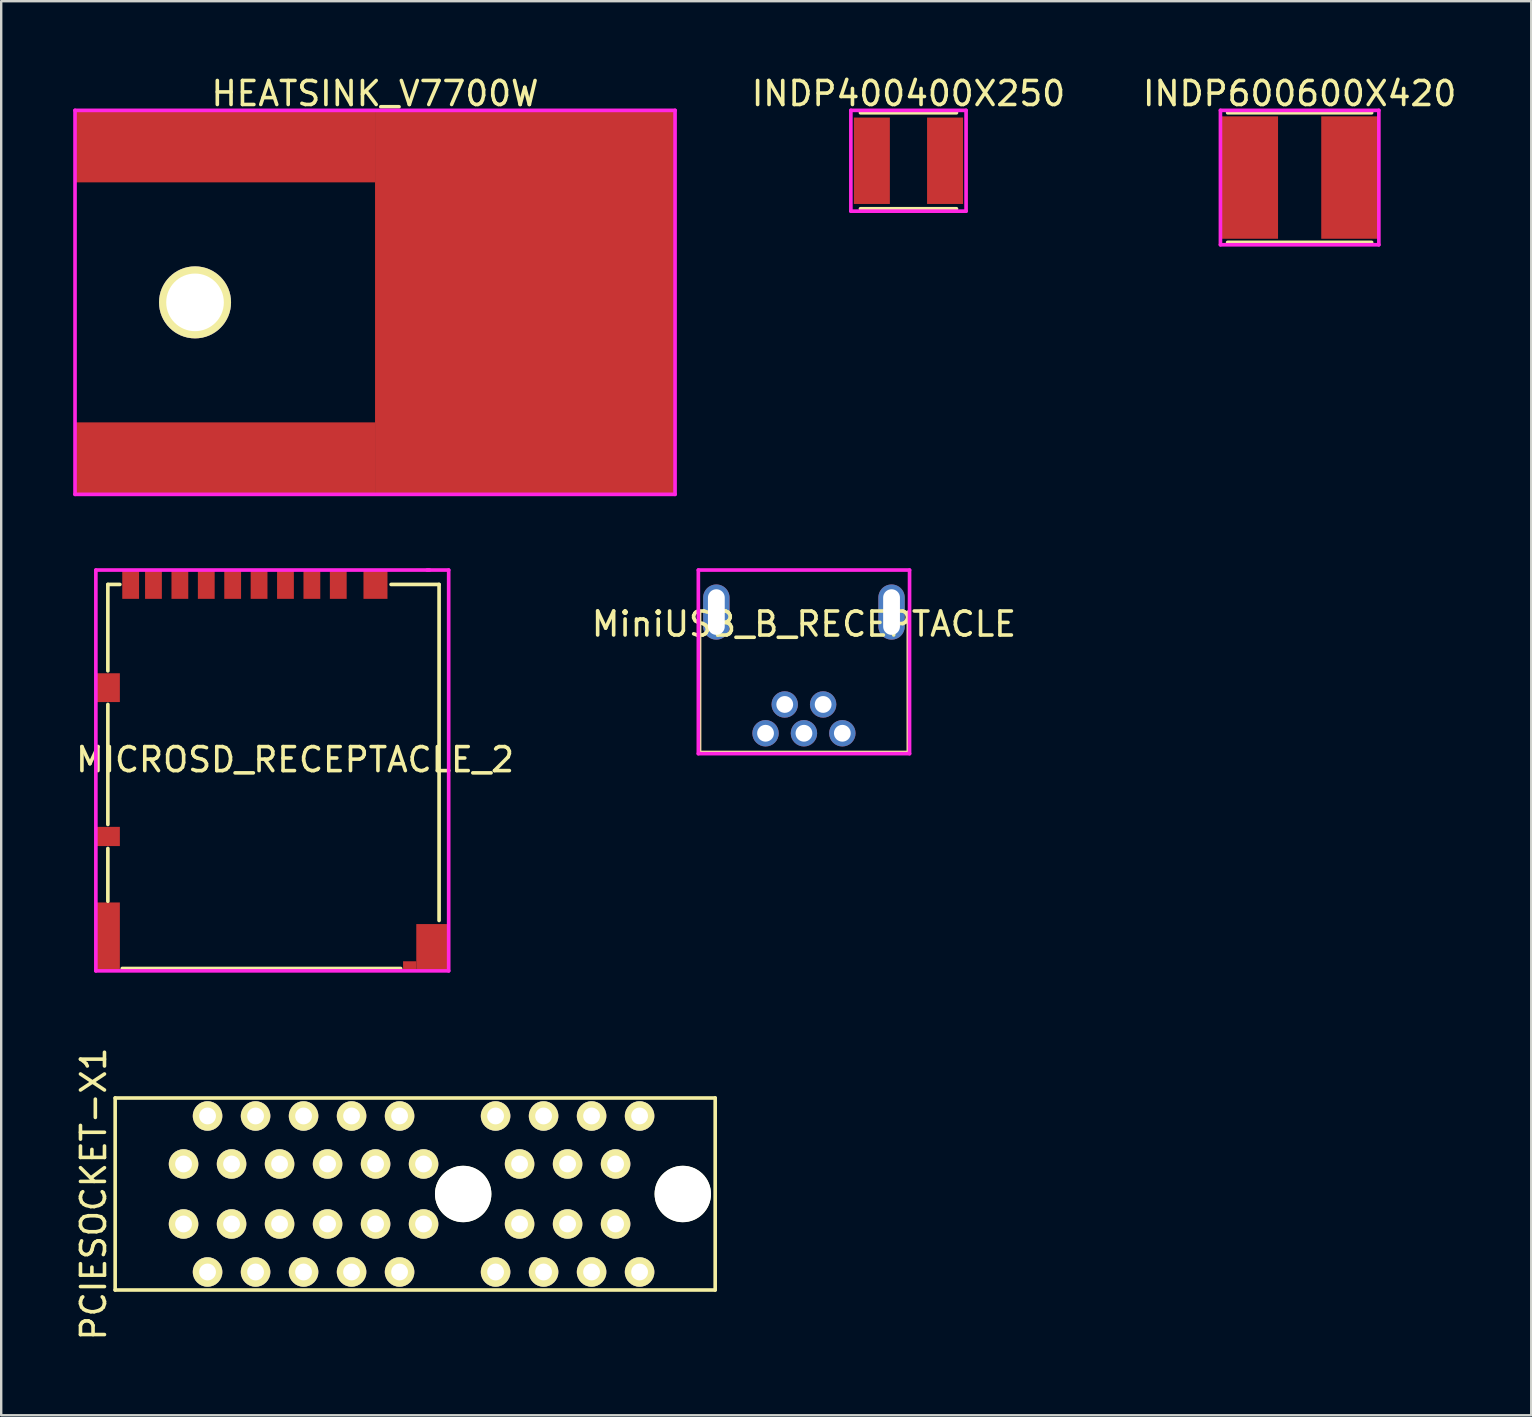
<source format=kicad_pcb>
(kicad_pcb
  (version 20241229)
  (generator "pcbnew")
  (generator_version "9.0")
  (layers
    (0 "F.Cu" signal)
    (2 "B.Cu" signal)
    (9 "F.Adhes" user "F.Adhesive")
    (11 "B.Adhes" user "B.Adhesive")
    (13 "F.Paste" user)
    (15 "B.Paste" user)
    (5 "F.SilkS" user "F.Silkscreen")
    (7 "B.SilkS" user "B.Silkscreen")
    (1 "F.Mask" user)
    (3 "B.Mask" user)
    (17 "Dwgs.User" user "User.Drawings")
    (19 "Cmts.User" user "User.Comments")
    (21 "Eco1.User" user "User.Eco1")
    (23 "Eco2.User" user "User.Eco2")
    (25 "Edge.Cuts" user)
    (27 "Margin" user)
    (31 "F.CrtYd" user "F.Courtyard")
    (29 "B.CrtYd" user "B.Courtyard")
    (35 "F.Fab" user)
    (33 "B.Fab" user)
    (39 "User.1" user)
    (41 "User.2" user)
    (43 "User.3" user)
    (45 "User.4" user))
  (footprint "MICROSD_RECEPTACLE_2"
    (layer "F.Cu")
    (at 11.044 21.901)
    (property "Reference" "MICROSD_RECEPTACLE_2" (at -1.8 6.7 0) (layer "F.SilkS") (effects (font (size 1 1) (thickness 0.15))))
    (attr through_hole)
    (fp_line (start -9.6 -0.6) (end -9.1 -0.6) (stroke (width 0.152) (type solid)) (layer "F.SilkS"))
    (fp_line (start -9.6 3) (end -9.6 -0.6) (stroke (width 0.152) (type solid)) (layer "F.SilkS"))
    (fp_line (start -9.6 9.4) (end -9.6 4.4) (stroke (width 0.152) (type solid)) (layer "F.SilkS"))
    (fp_line (start -9.6 12.6) (end -9.6 10.4) (stroke (width 0.152) (type solid)) (layer "F.SilkS"))
    (fp_line (start -9 15.4) (end 2.6 15.4) (stroke (width 0.152) (type solid)) (layer "F.SilkS"))
    (fp_line (start 4.2 -0.6) (end 2.2 -0.6) (stroke (width 0.152) (type solid)) (layer "F.SilkS"))
    (fp_line (start 4.2 13.4) (end 4.2 -0.6) (stroke (width 0.152) (type solid)) (layer "F.SilkS"))
    (fp_line (start -10.1 -1.2) (end 3.8 -1.2) (stroke (width 0.152) (type solid)) (layer "F.CrtYd"))
    (fp_line (start -10.1 15.5) (end -10.1 -1.2) (stroke (width 0.152) (type solid)) (layer "F.CrtYd"))
    (fp_line (start -10.1 15.5) (end 4.6 15.5) (stroke (width 0.152) (type solid)) (layer "F.CrtYd"))
    (fp_line (start 4.6 -1.2) (end 3.7 -1.2) (stroke (width 0.152) (type solid)) (layer "F.CrtYd"))
    (fp_line (start 4.6 15.5) (end 4.6 -1.2) (stroke (width 0.152) (type solid)) (layer "F.CrtYd"))
    (pad "1" smd rect (at 0 -0.6) (size 0.7 1.2) (layers "F.Cu" "F.Mask" "F.Paste"))
    (pad "2" smd rect (at -1.1 -0.6) (size 0.7 1.2) (layers "F.Cu" "F.Mask" "F.Paste"))
    (pad "3" smd rect (at -2.2 -0.6) (size 0.7 1.2) (layers "F.Cu" "F.Mask" "F.Paste"))
    (pad "4" smd rect (at -3.3 -0.6) (size 0.7 1.2) (layers "F.Cu" "F.Mask" "F.Paste"))
    (pad "5" smd rect (at -4.4 -0.6) (size 0.7 1.2) (layers "F.Cu" "F.Mask" "F.Paste"))
    (pad "6" smd rect (at -5.5 -0.6) (size 0.7 1.2) (layers "F.Cu" "F.Mask" "F.Paste"))
    (pad "7" smd rect (at -6.6 -0.6) (size 0.7 1.2) (layers "F.Cu" "F.Mask" "F.Paste"))
    (pad "8" smd rect (at -7.7 -0.6) (size 0.7 1.2) (layers "F.Cu" "F.Mask" "F.Paste"))
    (pad "9" smd rect (at 1.55 -0.6) (size 1 1.2) (layers "F.Cu" "F.Mask" "F.Paste"))
    (pad "SHLD" smd rect (at -9.6 3.7) (size 1 1.2) (layers "F.Cu" "F.Mask" "F.Paste"))
    (pad "SHLD" smd rect (at -9.6 9.9) (size 1 0.8) (layers "F.Cu" "F.Mask" "F.Paste"))
    (pad "SHLD" smd rect (at -9.6 14.05) (size 1 2.8) (layers "F.Cu" "F.Mask" "F.Paste"))
    (pad "SHLD" smd rect (at -8.65 -0.6) (size 0.7 1.2) (layers "F.Cu" "F.Mask" "F.Paste"))
    (pad "SHLD" smd rect (at 2.975 15.275) (size 0.55 0.35) (layers "F.Cu" "F.Mask" "F.Paste"))
    (pad "SHLD" smd rect (at 3.9 14.5) (size 1.3 1.9) (layers "F.Cu" "F.Mask" "F.Paste")))
  (footprint "PCIESOCKET-X1"
    (layer "F.Cu")
    (at 14.248 46.697)
    (property "Reference" "PCIESOCKET-X1" (at -13.4 0 90) (layer "F.SilkS") (effects (font (size 1 1) (thickness 0.15))))
    (attr through_hole)
    (fp_line (start -12.5 -4) (end -12.5 4) (stroke (width 0.15) (type solid)) (layer "F.SilkS"))
    (fp_line (start -12.5 -4) (end 12.5 -4) (stroke (width 0.15) (type solid)) (layer "F.SilkS"))
    (fp_line (start -12.5 4) (end 12.5 4) (stroke (width 0.15) (type solid)) (layer "F.SilkS"))
    (fp_line (start 12.5 -4) (end 12.5 4) (stroke (width 0.15) (type solid)) (layer "F.SilkS"))
    (pad "" np_thru_hole circle (at 2 0) (size 2.35 2.35) (drill 2.35) (layers "*.Cu" "*.Mask" "F.SilkS"))
    (pad "" np_thru_hole circle (at 11.15 0) (size 2.35 2.35) (drill 2.35) (layers "*.Cu" "*.Mask" "F.SilkS"))
    (pad "A1" thru_hole circle (at -9.65 -1.25) (size 1.23 1.23) (drill 0.7) (layers "*.Cu" "*.Mask" "F.SilkS"))
    (pad "A2" thru_hole circle (at -8.65 -3.25) (size 1.23 1.23) (drill 0.7) (layers "*.Cu" "*.Mask" "F.SilkS"))
    (pad "A3" thru_hole circle (at -7.65 -1.25) (size 1.23 1.23) (drill 0.7) (layers "*.Cu" "*.Mask" "F.SilkS"))
    (pad "A4" thru_hole circle (at -6.65 -3.25) (size 1.23 1.23) (drill 0.7) (layers "*.Cu" "*.Mask" "F.SilkS"))
    (pad "A5" thru_hole circle (at -5.65 -1.25) (size 1.23 1.23) (drill 0.7) (layers "*.Cu" "*.Mask" "F.SilkS"))
    (pad "A6" thru_hole circle (at -4.65 -3.25) (size 1.23 1.23) (drill 0.7) (layers "*.Cu" "*.Mask" "F.SilkS"))
    (pad "A7" thru_hole circle (at -3.65 -1.25) (size 1.23 1.23) (drill 0.7) (layers "*.Cu" "*.Mask" "F.SilkS"))
    (pad "A8" thru_hole circle (at -2.65 -3.25) (size 1.23 1.23) (drill 0.7) (layers "*.Cu" "*.Mask" "F.SilkS"))
    (pad "A9" thru_hole circle (at -1.65 -1.25) (size 1.23 1.23) (drill 0.7) (layers "*.Cu" "*.Mask" "F.SilkS"))
    (pad "A10" thru_hole circle (at -0.65 -3.25) (size 1.23 1.23) (drill 0.7) (layers "*.Cu" "*.Mask" "F.SilkS"))
    (pad "A11" thru_hole circle (at 0.35 -1.25) (size 1.23 1.23) (drill 0.7) (layers "*.Cu" "*.Mask" "F.SilkS"))
    (pad "A12" thru_hole circle (at 3.35 -3.25) (size 1.23 1.23) (drill 0.7) (layers "*.Cu" "*.Mask" "F.SilkS"))
    (pad "A13" thru_hole circle (at 4.35 -1.25) (size 1.23 1.23) (drill 0.7) (layers "*.Cu" "*.Mask" "F.SilkS"))
    (pad "A14" thru_hole circle (at 5.35 -3.25) (size 1.23 1.23) (drill 0.7) (layers "*.Cu" "*.Mask" "F.SilkS"))
    (pad "A15" thru_hole circle (at 6.35 -1.25) (size 1.23 1.23) (drill 0.7) (layers "*.Cu" "*.Mask" "F.SilkS"))
    (pad "A16" thru_hole circle (at 7.35 -3.25) (size 1.23 1.23) (drill 0.7) (layers "*.Cu" "*.Mask" "F.SilkS"))
    (pad "A17" thru_hole circle (at 8.35 -1.25) (size 1.23 1.23) (drill 0.7) (layers "*.Cu" "*.Mask" "F.SilkS"))
    (pad "A18" thru_hole circle (at 9.35 -3.25) (size 1.23 1.23) (drill 0.7) (layers "*.Cu" "*.Mask" "F.SilkS"))
    (pad "B1" thru_hole circle (at -9.65 1.25) (size 1.23 1.23) (drill 0.7) (layers "*.Cu" "*.Mask" "F.SilkS"))
    (pad "B2" thru_hole circle (at -8.65 3.25) (size 1.23 1.23) (drill 0.7) (layers "*.Cu" "*.Mask" "F.SilkS"))
    (pad "B3" thru_hole circle (at -7.65 1.25) (size 1.23 1.23) (drill 0.7) (layers "*.Cu" "*.Mask" "F.SilkS"))
    (pad "B4" thru_hole circle (at -6.65 3.25) (size 1.23 1.23) (drill 0.7) (layers "*.Cu" "*.Mask" "F.SilkS"))
    (pad "B5" thru_hole circle (at -5.65 1.25) (size 1.23 1.23) (drill 0.7) (layers "*.Cu" "*.Mask" "F.SilkS"))
    (pad "B6" thru_hole circle (at -4.65 3.25) (size 1.23 1.23) (drill 0.7) (layers "*.Cu" "*.Mask" "F.SilkS"))
    (pad "B7" thru_hole circle (at -3.65 1.25) (size 1.23 1.23) (drill 0.7) (layers "*.Cu" "*.Mask" "F.SilkS"))
    (pad "B8" thru_hole circle (at -2.65 3.25) (size 1.23 1.23) (drill 0.7) (layers "*.Cu" "*.Mask" "F.SilkS"))
    (pad "B9" thru_hole circle (at -1.65 1.25) (size 1.23 1.23) (drill 0.7) (layers "*.Cu" "*.Mask" "F.SilkS"))
    (pad "B10" thru_hole circle (at -0.65 3.25) (size 1.23 1.23) (drill 0.7) (layers "*.Cu" "*.Mask" "F.SilkS"))
    (pad "B11" thru_hole circle (at 0.35 1.25) (size 1.23 1.23) (drill 0.7) (layers "*.Cu" "*.Mask" "F.SilkS"))
    (pad "B12" thru_hole circle (at 3.35 3.25) (size 1.23 1.23) (drill 0.7) (layers "*.Cu" "*.Mask" "F.SilkS"))
    (pad "B13" thru_hole circle (at 4.35 1.25) (size 1.23 1.23) (drill 0.7) (layers "*.Cu" "*.Mask" "F.SilkS"))
    (pad "B14" thru_hole circle (at 5.35 3.25) (size 1.23 1.23) (drill 0.7) (layers "*.Cu" "*.Mask" "F.SilkS"))
    (pad "B15" thru_hole circle (at 6.35 1.25) (size 1.23 1.23) (drill 0.7) (layers "*.Cu" "*.Mask" "F.SilkS"))
    (pad "B16" thru_hole circle (at 7.35 3.25) (size 1.23 1.23) (drill 0.7) (layers "*.Cu" "*.Mask" "F.SilkS"))
    (pad "B17" thru_hole circle (at 8.35 1.25) (size 1.23 1.23) (drill 0.7) (layers "*.Cu" "*.Mask" "F.SilkS"))
    (pad "B18" thru_hole circle (at 9.35 3.25) (size 1.23 1.23) (drill 0.7) (layers "*.Cu" "*.Mask" "F.SilkS")))
  (footprint "MiniUSB_B_RECEPTACLE"
    (layer "F.Cu")
    (at 30.446 22.451)
    (property "Reference" "MiniUSB_B_RECEPTACLE" (at 0 0.5 0) (layer "F.SilkS") (effects (font (size 1 1) (thickness 0.15))))
    (attr through_hole)
    (fp_line (start -4.35 0) (end -4.35 5.85) (stroke (width 0.152) (type solid)) (layer "F.SilkS"))
    (fp_line (start -4.35 5.85) (end 4.35 5.85) (stroke (width 0.152) (type solid)) (layer "F.SilkS"))
    (fp_line (start 4.35 0) (end 4.35 5.85) (stroke (width 0.152) (type solid)) (layer "F.SilkS"))
    (fp_line (start -4.4 -1.75) (end 4.4 -1.75) (stroke (width 0.152) (type solid)) (layer "F.CrtYd"))
    (fp_line (start -4.4 5.9) (end -4.4 -1.75) (stroke (width 0.152) (type solid)) (layer "F.CrtYd"))
    (fp_line (start -4.4 5.9) (end 4.4 5.9) (stroke (width 0.152) (type solid)) (layer "F.CrtYd"))
    (fp_line (start 4.4 5.9) (end 4.4 -1.75) (stroke (width 0.152) (type solid)) (layer "F.CrtYd"))
    (pad "1" thru_hole circle (at 1.6 5.05) (size 1.1 1.1) (drill 0.7) (layers "*.Cu" "*.Mask"))
    (pad "2" thru_hole circle (at 0.8 3.85) (size 1.1 1.1) (drill 0.7) (layers "*.Cu" "*.Mask"))
    (pad "3" thru_hole circle (at 0 5.05) (size 1.1 1.1) (drill 0.7) (layers "*.Cu" "*.Mask"))
    (pad "4" thru_hole circle (at -0.8 3.85) (size 1.1 1.1) (drill 0.7) (layers "*.Cu" "*.Mask"))
    (pad "5" thru_hole circle (at -1.6 5.05) (size 1.1 1.1) (drill 0.7) (layers "*.Cu" "*.Mask"))
    (pad "6" thru_hole oval (at -3.65 0) (size 1.1 2.3) (drill oval 0.7 1.9) (layers "*.Cu" "*.Mask"))
    (pad "6" thru_hole oval (at 3.65 0) (size 1.1 2.3) (drill oval 0.7 1.9) (layers "*.Cu" "*.Mask")))
  (footprint "INDP600600X420"
    (layer "F.Cu")
    (at 51.099 4.348)
    (property "Reference" "INDP600600X420" (at 0 -3.5 0) (layer "F.SilkS") (effects (font (size 1 1) (thickness 0.15))))
    (attr through_hole)
    (fp_line (start 3 -2.7) (end -3 -2.7) (stroke (width 0.152) (type solid)) (layer "F.SilkS"))
    (fp_line (start 3 2.7) (end -3 2.7) (stroke (width 0.152) (type solid)) (layer "F.SilkS"))
    (fp_line (start -3.3 -2.8) (end 3.3 -2.8) (stroke (width 0.152) (type solid)) (layer "F.CrtYd"))
    (fp_line (start -3.3 2.8) (end -3.3 -2.8) (stroke (width 0.152) (type solid)) (layer "F.CrtYd"))
    (fp_line (start 3.3 -2.8) (end 3.3 2.8) (stroke (width 0.152) (type solid)) (layer "F.CrtYd"))
    (fp_line (start 3.3 2.8) (end -3.3 2.8) (stroke (width 0.152) (type solid)) (layer "F.CrtYd"))
    (pad "1" smd rect (at -2.075 0) (size 2.35 5.1) (layers "F.Cu" "F.Mask" "F.Paste"))
    (pad "2" smd rect (at 2.075 0) (size 2.35 5.1) (layers "F.Cu" "F.Mask" "F.Paste")))
  (footprint "HEATSINK_V7700W"
    (layer "F.Cu")
    (at 12.576 9.548)
    (property "Reference" "HEATSINK_V7700W" (at 0 -8.7 0) (layer "F.SilkS") (effects (font (size 1 1) (thickness 0.15))))
    (attr through_hole)
    (fp_line (start -12.5 -8) (end -12.5 8) (stroke (width 0.152) (type solid)) (layer "F.CrtYd"))
    (fp_line (start 12.5 -8) (end -12.5 -8) (stroke (width 0.152) (type solid)) (layer "F.CrtYd"))
    (fp_line (start 12.5 8) (end -12.5 8) (stroke (width 0.152) (type solid)) (layer "F.CrtYd"))
    (fp_line (start 12.5 8) (end 12.5 -8) (stroke (width 0.152) (type solid)) (layer "F.CrtYd"))
    (pad "1" thru_hole circle (at -7.5 0) (size 3 3) (drill 2.4) (layers "*.Cu" "*.Mask" "F.SilkS"))
    (pad "1" smd rect (at -6.25 -6.5) (size 12.5 3) (layers "F.Cu" "F.Mask" "F.Paste"))
    (pad "1" smd rect (at -6.25 6.5) (size 12.5 3) (layers "F.Cu" "F.Mask" "F.Paste"))
    (pad "1" smd rect (at 6.25 0) (size 12.5 16) (layers "F.Cu" "F.Mask" "F.Paste")))
  (footprint "INDP400400X250"
    (layer "F.Cu")
    (at 34.801 3.648)
    (property "Reference" "INDP400400X250" (at 0 -2.8 0) (layer "F.SilkS") (effects (font (size 1 1) (thickness 0.15))))
    (attr through_hole)
    (fp_line (start 2 -2) (end -2 -2) (stroke (width 0.152) (type solid)) (layer "F.SilkS"))
    (fp_line (start 2 2) (end -2 2) (stroke (width 0.152) (type solid)) (layer "F.SilkS"))
    (fp_line (start -2.4 -2.1) (end 2.4 -2.1) (stroke (width 0.152) (type solid)) (layer "F.CrtYd"))
    (fp_line (start -2.4 2.1) (end -2.4 -2.1) (stroke (width 0.152) (type solid)) (layer "F.CrtYd"))
    (fp_line (start 2.4 -2.1) (end 2.4 2.1) (stroke (width 0.152) (type solid)) (layer "F.CrtYd"))
    (fp_line (start 2.4 2.1) (end -2.4 2.1) (stroke (width 0.152) (type solid)) (layer "F.CrtYd"))
    (pad "1" smd rect (at -1.525 0) (size 1.5 3.6) (layers "F.Cu" "F.Mask" "F.Paste"))
    (pad "2" smd rect (at 1.525 0) (size 1.5 3.6) (layers "F.Cu" "F.Mask" "F.Paste")))
  (gr_rect
    (start -3 -3)
    (end 60.748 55.917)
    (stroke (width 0.1) (type default))
    (fill no)
    (layer "Edge.Cuts")))
</source>
